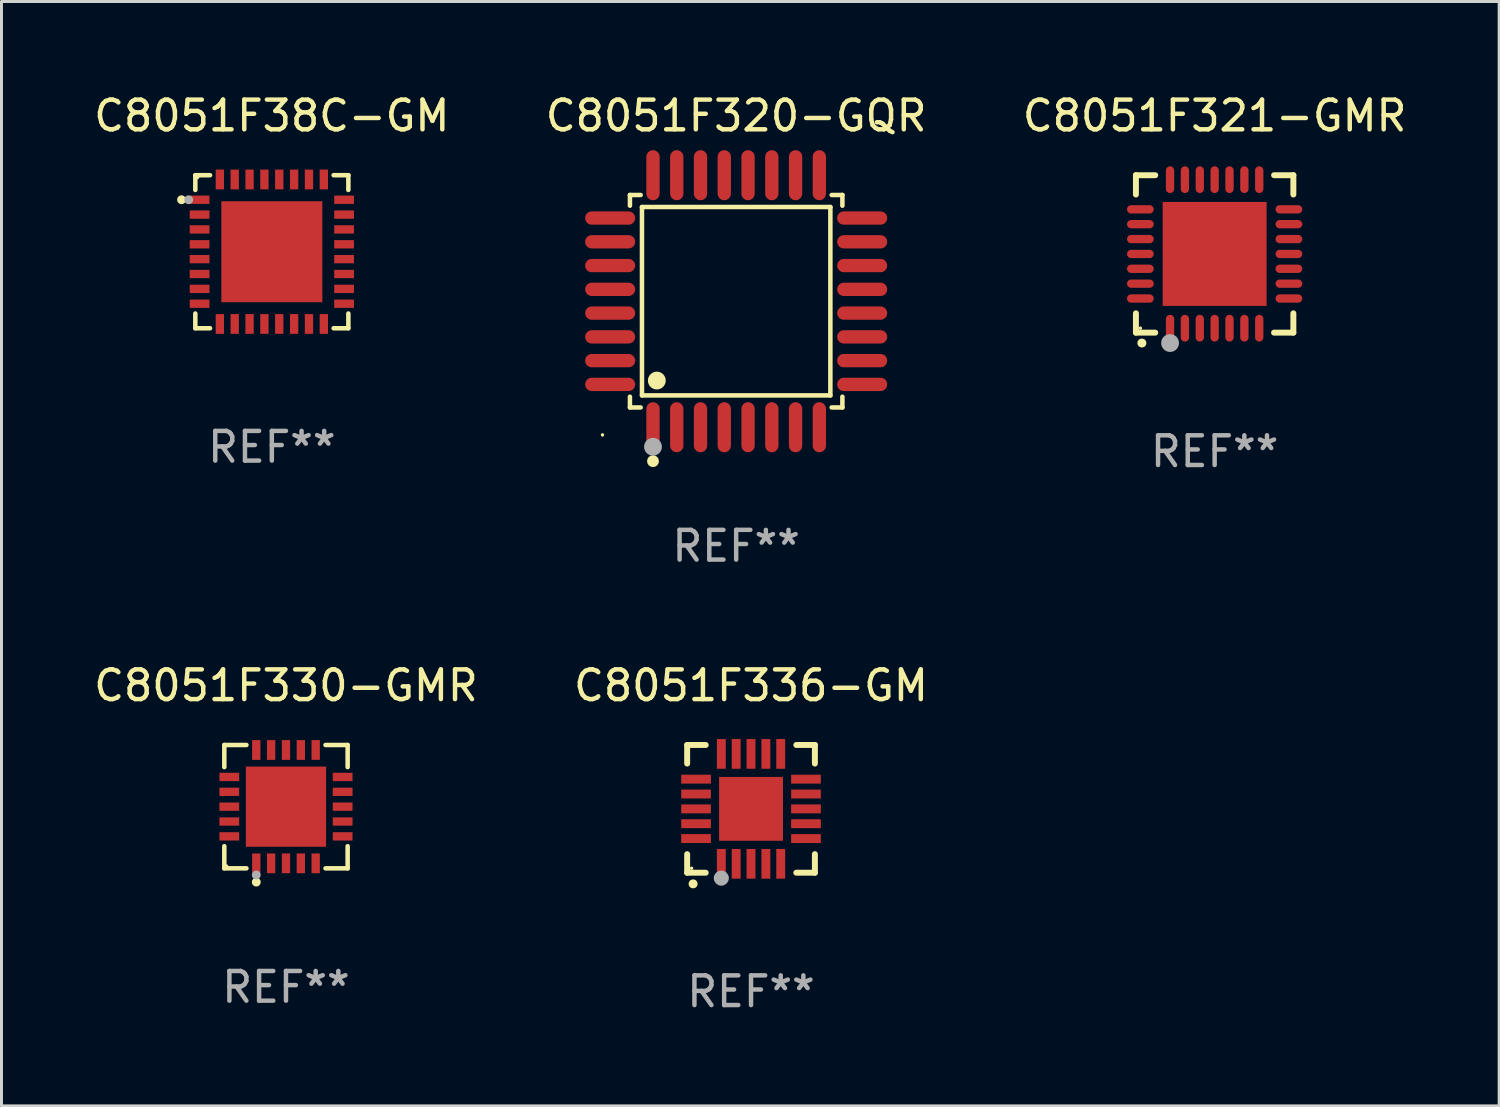
<source format=kicad_pcb>
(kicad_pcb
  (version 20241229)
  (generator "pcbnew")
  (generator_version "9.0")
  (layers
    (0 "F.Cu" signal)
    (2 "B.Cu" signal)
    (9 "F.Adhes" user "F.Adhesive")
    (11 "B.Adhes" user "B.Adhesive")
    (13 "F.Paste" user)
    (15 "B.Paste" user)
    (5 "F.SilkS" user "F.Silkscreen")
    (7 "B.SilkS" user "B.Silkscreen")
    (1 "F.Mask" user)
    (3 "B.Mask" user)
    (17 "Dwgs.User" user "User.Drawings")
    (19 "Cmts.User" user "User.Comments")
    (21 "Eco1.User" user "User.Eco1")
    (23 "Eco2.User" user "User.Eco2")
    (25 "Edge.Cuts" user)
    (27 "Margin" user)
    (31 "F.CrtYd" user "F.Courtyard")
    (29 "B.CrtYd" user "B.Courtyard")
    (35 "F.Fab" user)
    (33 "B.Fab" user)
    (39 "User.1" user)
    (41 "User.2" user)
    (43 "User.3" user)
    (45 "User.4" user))
  (footprint "C8051F38C-GM"
    (layer "F.Cu")
    (at 6.101 5.424)
    (property "Reference" "C8051F38C-GM" (at 0 -4.576 0) (layer "F.SilkS") (effects (font (size 1 1) (thickness 0.15))))
    (attr through_hole)
    (fp_line (start -2.576 -2.576) (end -2.576 -2.08) (stroke (width 0.152) (type solid)) (layer "F.SilkS"))
    (fp_line (start -2.576 2.576) (end -2.576 2.08) (stroke (width 0.152) (type solid)) (layer "F.SilkS"))
    (fp_line (start -2.08 -2.576) (end -2.576 -2.576) (stroke (width 0.152) (type solid)) (layer "F.SilkS"))
    (fp_line (start -2.08 2.576) (end -2.576 2.576) (stroke (width 0.152) (type solid)) (layer "F.SilkS"))
    (fp_line (start 2.08 -2.576) (end 2.576 -2.576) (stroke (width 0.152) (type solid)) (layer "F.SilkS"))
    (fp_line (start 2.08 2.576) (end 2.576 2.576) (stroke (width 0.152) (type solid)) (layer "F.SilkS"))
    (fp_line (start 2.576 -2.576) (end 2.576 -2.08) (stroke (width 0.152) (type solid)) (layer "F.SilkS"))
    (fp_line (start 2.576 2.576) (end 2.576 2.08) (stroke (width 0.152) (type solid)) (layer "F.SilkS"))
    (fp_circle (center -3.04 -1.75) (end -2.965 -1.75) (stroke (width 0.15) (type solid)) (fill no) (layer "F.SilkS"))
    (fp_circle (center -2.5 -2.5) (end -2.47 -2.5) (stroke (width 0.06) (type solid)) (fill no) (layer "F.SilkS"))
    (fp_circle (center -2.8 -1.75) (end -2.725 -1.75) (stroke (width 0.15) (type solid)) (fill no) (layer "F.Fab"))
    (fp_text user "REF**" (at 0 6.576 0) (layer "F.Fab") (effects (font (size 1 1) (thickness 0.15))))
    (pad "1" smd rect (at -2.432 -1.75) (size 0.665 0.28) (layers "F.Cu" "F.Mask" "F.Paste"))
    (pad "2" smd rect (at -2.432 -1.25) (size 0.665 0.28) (layers "F.Cu" "F.Mask" "F.Paste"))
    (pad "3" smd rect (at -2.432 -0.75) (size 0.665 0.28) (layers "F.Cu" "F.Mask" "F.Paste"))
    (pad "4" smd rect (at -2.432 -0.25) (size 0.665 0.28) (layers "F.Cu" "F.Mask" "F.Paste"))
    (pad "5" smd rect (at -2.432 0.25) (size 0.665 0.28) (layers "F.Cu" "F.Mask" "F.Paste"))
    (pad "6" smd rect (at -2.432 0.75) (size 0.665 0.28) (layers "F.Cu" "F.Mask" "F.Paste"))
    (pad "7" smd rect (at -2.432 1.25) (size 0.665 0.28) (layers "F.Cu" "F.Mask" "F.Paste"))
    (pad "8" smd rect (at -2.432 1.75) (size 0.665 0.28) (layers "F.Cu" "F.Mask" "F.Paste"))
    (pad "9" smd rect (at -1.75 2.432) (size 0.28 0.665) (layers "F.Cu" "F.Mask" "F.Paste"))
    (pad "10" smd rect (at -1.25 2.432) (size 0.28 0.665) (layers "F.Cu" "F.Mask" "F.Paste"))
    (pad "11" smd rect (at -0.75 2.432) (size 0.28 0.665) (layers "F.Cu" "F.Mask" "F.Paste"))
    (pad "12" smd rect (at -0.25 2.432) (size 0.28 0.665) (layers "F.Cu" "F.Mask" "F.Paste"))
    (pad "13" smd rect (at 0.25 2.432) (size 0.28 0.665) (layers "F.Cu" "F.Mask" "F.Paste"))
    (pad "14" smd rect (at 0.75 2.432) (size 0.28 0.665) (layers "F.Cu" "F.Mask" "F.Paste"))
    (pad "15" smd rect (at 1.25 2.432) (size 0.28 0.665) (layers "F.Cu" "F.Mask" "F.Paste"))
    (pad "16" smd rect (at 1.75 2.432) (size 0.28 0.665) (layers "F.Cu" "F.Mask" "F.Paste"))
    (pad "17" smd rect (at 2.432 1.75) (size 0.665 0.28) (layers "F.Cu" "F.Mask" "F.Paste"))
    (pad "18" smd rect (at 2.432 1.25) (size 0.665 0.28) (layers "F.Cu" "F.Mask" "F.Paste"))
    (pad "19" smd rect (at 2.432 0.75) (size 0.665 0.28) (layers "F.Cu" "F.Mask" "F.Paste"))
    (pad "20" smd rect (at 2.432 0.25) (size 0.665 0.28) (layers "F.Cu" "F.Mask" "F.Paste"))
    (pad "21" smd rect (at 2.432 -0.25) (size 0.665 0.28) (layers "F.Cu" "F.Mask" "F.Paste"))
    (pad "22" smd rect (at 2.432 -0.75) (size 0.665 0.28) (layers "F.Cu" "F.Mask" "F.Paste"))
    (pad "23" smd rect (at 2.432 -1.25) (size 0.665 0.28) (layers "F.Cu" "F.Mask" "F.Paste"))
    (pad "24" smd rect (at 2.432 -1.75) (size 0.665 0.28) (layers "F.Cu" "F.Mask" "F.Paste"))
    (pad "25" smd rect (at 1.75 -2.432) (size 0.28 0.665) (layers "F.Cu" "F.Mask" "F.Paste"))
    (pad "26" smd rect (at 1.25 -2.432) (size 0.28 0.665) (layers "F.Cu" "F.Mask" "F.Paste"))
    (pad "27" smd rect (at 0.75 -2.432) (size 0.28 0.665) (layers "F.Cu" "F.Mask" "F.Paste"))
    (pad "28" smd rect (at 0.25 -2.432) (size 0.28 0.665) (layers "F.Cu" "F.Mask" "F.Paste"))
    (pad "29" smd rect (at -0.25 -2.432) (size 0.28 0.665) (layers "F.Cu" "F.Mask" "F.Paste"))
    (pad "30" smd rect (at -0.75 -2.432) (size 0.28 0.665) (layers "F.Cu" "F.Mask" "F.Paste"))
    (pad "31" smd rect (at -1.25 -2.432) (size 0.28 0.665) (layers "F.Cu" "F.Mask" "F.Paste"))
    (pad "32" smd rect (at -1.75 -2.432) (size 0.28 0.665) (layers "F.Cu" "F.Mask" "F.Paste"))
    (pad "33" smd rect (at 0 0) (size 3.4 3.4) (layers "F.Cu" "F.Mask" "F.Paste")))
  (footprint "C8051F330-GMR"
    (layer "F.Cu")
    (at 6.577 24.105)
    (property "Reference" "C8051F330-GMR" (at 0 -4.076 0) (layer "F.SilkS") (effects (font (size 1 1) (thickness 0.15))))
    (attr through_hole)
    (fp_line (start -2.076 -2.076) (end -1.331 -2.076) (stroke (width 0.152) (type solid)) (layer "F.SilkS"))
    (fp_line (start -2.076 -1.331) (end -2.076 -2.076) (stroke (width 0.152) (type solid)) (layer "F.SilkS"))
    (fp_line (start -2.076 1.331) (end -2.076 2.076) (stroke (width 0.152) (type solid)) (layer "F.SilkS"))
    (fp_line (start -2.076 2.076) (end -1.331 2.076) (stroke (width 0.152) (type solid)) (layer "F.SilkS"))
    (fp_line (start 2.076 -2.076) (end 1.331 -2.076) (stroke (width 0.152) (type solid)) (layer "F.SilkS"))
    (fp_line (start 2.076 -1.331) (end 2.076 -2.076) (stroke (width 0.152) (type solid)) (layer "F.SilkS"))
    (fp_line (start 2.076 1.331) (end 2.076 2.076) (stroke (width 0.152) (type solid)) (layer "F.SilkS"))
    (fp_line (start 2.076 2.076) (end 1.331 2.076) (stroke (width 0.152) (type solid)) (layer "F.SilkS"))
    (fp_circle (center -2 2) (end -1.97 2) (stroke (width 0.06) (type solid)) (fill no) (layer "F.SilkS"))
    (fp_circle (center -1 2.54) (end -0.925 2.54) (stroke (width 0.15) (type solid)) (fill no) (layer "F.SilkS"))
    (fp_circle (center -1 2.3) (end -0.925 2.3) (stroke (width 0.15) (type solid)) (fill no) (layer "F.Fab"))
    (fp_text user "REF**" (at 0 6.076 0) (layer "F.Fab") (effects (font (size 1 1) (thickness 0.15))))
    (pad "1" smd rect (at -1 1.908) (size 0.28 0.665) (layers "F.Cu" "F.Mask" "F.Paste"))
    (pad "2" smd rect (at -0.5 1.908) (size 0.28 0.665) (layers "F.Cu" "F.Mask" "F.Paste"))
    (pad "3" smd rect (at 0 1.908) (size 0.28 0.665) (layers "F.Cu" "F.Mask" "F.Paste"))
    (pad "4" smd rect (at 0.5 1.908) (size 0.28 0.665) (layers "F.Cu" "F.Mask" "F.Paste"))
    (pad "5" smd rect (at 1 1.908) (size 0.28 0.665) (layers "F.Cu" "F.Mask" "F.Paste"))
    (pad "6" smd rect (at 1.908 1) (size 0.665 0.28) (layers "F.Cu" "F.Mask" "F.Paste"))
    (pad "7" smd rect (at 1.908 0.5) (size 0.665 0.28) (layers "F.Cu" "F.Mask" "F.Paste"))
    (pad "8" smd rect (at 1.908 0) (size 0.665 0.28) (layers "F.Cu" "F.Mask" "F.Paste"))
    (pad "9" smd rect (at 1.908 -0.5) (size 0.665 0.28) (layers "F.Cu" "F.Mask" "F.Paste"))
    (pad "10" smd rect (at 1.908 -1) (size 0.665 0.28) (layers "F.Cu" "F.Mask" "F.Paste"))
    (pad "11" smd rect (at 1 -1.908) (size 0.28 0.665) (layers "F.Cu" "F.Mask" "F.Paste"))
    (pad "12" smd rect (at 0.5 -1.908) (size 0.28 0.665) (layers "F.Cu" "F.Mask" "F.Paste"))
    (pad "13" smd rect (at 0 -1.908) (size 0.28 0.665) (layers "F.Cu" "F.Mask" "F.Paste"))
    (pad "14" smd rect (at -0.5 -1.908) (size 0.28 0.665) (layers "F.Cu" "F.Mask" "F.Paste"))
    (pad "15" smd rect (at -1 -1.908) (size 0.28 0.665) (layers "F.Cu" "F.Mask" "F.Paste"))
    (pad "16" smd rect (at -1.908 -1) (size 0.665 0.28) (layers "F.Cu" "F.Mask" "F.Paste"))
    (pad "17" smd rect (at -1.908 -0.5) (size 0.665 0.28) (layers "F.Cu" "F.Mask" "F.Paste"))
    (pad "18" smd rect (at -1.908 0) (size 0.665 0.28) (layers "F.Cu" "F.Mask" "F.Paste"))
    (pad "19" smd rect (at -1.908 0.5) (size 0.665 0.28) (layers "F.Cu" "F.Mask" "F.Paste"))
    (pad "20" smd rect (at -1.908 1) (size 0.665 0.28) (layers "F.Cu" "F.Mask" "F.Paste"))
    (pad "21" smd rect (at 0 0) (size 2.7 2.7) (layers "F.Cu" "F.Mask" "F.Paste")))
  (footprint "C8051F321-GMR"
    (layer "F.Cu")
    (at 37.839 5.498)
    (property "Reference" "C8051F321-GMR" (at 0 -4.65 0) (layer "F.SilkS") (effects (font (size 1 1) (thickness 0.15))))
    (attr through_hole)
    (fp_line (start -2.65 -2.65) (end -2.65 -2) (stroke (width 0.2) (type solid)) (layer "F.SilkS"))
    (fp_line (start -2.65 2.65) (end -2.65 2) (stroke (width 0.2) (type solid)) (layer "F.SilkS"))
    (fp_line (start -2 -2.65) (end -2.65 -2.65) (stroke (width 0.2) (type solid)) (layer "F.SilkS"))
    (fp_line (start -2 2.65) (end -2.65 2.65) (stroke (width 0.2) (type solid)) (layer "F.SilkS"))
    (fp_line (start 2 2.65) (end 2.65 2.65) (stroke (width 0.2) (type solid)) (layer "F.SilkS"))
    (fp_line (start 2.65 -2.65) (end 2 -2.65) (stroke (width 0.2) (type solid)) (layer "F.SilkS"))
    (fp_line (start 2.65 -2) (end 2.65 -2.65) (stroke (width 0.2) (type solid)) (layer "F.SilkS"))
    (fp_line (start 2.65 2.65) (end 2.65 2) (stroke (width 0.2) (type solid)) (layer "F.SilkS"))
    (fp_arc (start -2.451105 2.999746) (mid -2.449835 2.999741) (end -2.448565 2.999746) (stroke (width 0.3) (type solid)) (layer "F.SilkS"))
    (fp_circle (center -2.5 2.5) (end -2.47 2.5) (stroke (width 0.06) (type solid)) (fill no) (layer "F.SilkS"))
    (fp_circle (center -1.5 3) (end -1.35 3) (stroke (width 0.3) (type solid)) (fill no) (layer "F.Fab"))
    (fp_text user "REF**" (at 0 6.65 0) (layer "F.Fab") (effects (font (size 1 1) (thickness 0.15))))
    (pad "1" smd oval (at -1.501 2.5 180) (size 0.28 0.9) (layers "F.Cu" "F.Mask" "F.Paste"))
    (pad "2" smd oval (at -1.001 2.5 180) (size 0.28 0.9) (layers "F.Cu" "F.Mask" "F.Paste"))
    (pad "3" smd oval (at -0.5 2.5 180) (size 0.28 0.9) (layers "F.Cu" "F.Mask" "F.Paste"))
    (pad "4" smd oval (at 0.000076 2.5 180) (size 0.28 0.9) (layers "F.Cu" "F.Mask" "F.Paste"))
    (pad "5" smd oval (at 0.5 2.5 180) (size 0.28 0.9) (layers "F.Cu" "F.Mask" "F.Paste"))
    (pad "6" smd oval (at 1.001 2.5 180) (size 0.28 0.9) (layers "F.Cu" "F.Mask" "F.Paste"))
    (pad "7" smd oval (at 1.501 2.5 180) (size 0.28 0.9) (layers "F.Cu" "F.Mask" "F.Paste"))
    (pad "8" smd oval (at 2.5 1.501 90) (size 0.28 0.9) (layers "F.Cu" "F.Mask" "F.Paste"))
    (pad "9" smd oval (at 2.5 1.001 90) (size 0.28 0.9) (layers "F.Cu" "F.Mask" "F.Paste"))
    (pad "10" smd oval (at 2.5 0.5 90) (size 0.28 0.9) (layers "F.Cu" "F.Mask" "F.Paste"))
    (pad "11" smd oval (at 2.5 0.000076 90) (size 0.28 0.9) (layers "F.Cu" "F.Mask" "F.Paste"))
    (pad "12" smd oval (at 2.5 -0.5 90) (size 0.28 0.9) (layers "F.Cu" "F.Mask" "F.Paste"))
    (pad "13" smd oval (at 2.5 -1.001 90) (size 0.28 0.9) (layers "F.Cu" "F.Mask" "F.Paste"))
    (pad "14" smd oval (at 2.5 -1.501 90) (size 0.28 0.9) (layers "F.Cu" "F.Mask" "F.Paste"))
    (pad "15" smd oval (at 1.501 -2.5 180) (size 0.28 0.9) (layers "F.Cu" "F.Mask" "F.Paste"))
    (pad "16" smd oval (at 1.001 -2.5 180) (size 0.28 0.9) (layers "F.Cu" "F.Mask" "F.Paste"))
    (pad "17" smd oval (at 0.5 -2.5 180) (size 0.28 0.9) (layers "F.Cu" "F.Mask" "F.Paste"))
    (pad "18" smd oval (at 0.000076 -2.5 180) (size 0.28 0.9) (layers "F.Cu" "F.Mask" "F.Paste"))
    (pad "19" smd oval (at -0.5 -2.5 180) (size 0.28 0.9) (layers "F.Cu" "F.Mask" "F.Paste"))
    (pad "20" smd oval (at -1.001 -2.5 180) (size 0.28 0.9) (layers "F.Cu" "F.Mask" "F.Paste"))
    (pad "21" smd oval (at -1.501 -2.5 180) (size 0.28 0.9) (layers "F.Cu" "F.Mask" "F.Paste"))
    (pad "22" smd oval (at -2.5 -1.501 90) (size 0.28 0.9) (layers "F.Cu" "F.Mask" "F.Paste"))
    (pad "23" smd oval (at -2.5 -1.001 90) (size 0.28 0.9) (layers "F.Cu" "F.Mask" "F.Paste"))
    (pad "24" smd oval (at -2.5 -0.5 90) (size 0.28 0.9) (layers "F.Cu" "F.Mask" "F.Paste"))
    (pad "25" smd oval (at -2.5 0.000076 90) (size 0.28 0.9) (layers "F.Cu" "F.Mask" "F.Paste"))
    (pad "26" smd oval (at -2.5 0.5 90) (size 0.28 0.9) (layers "F.Cu" "F.Mask" "F.Paste"))
    (pad "27" smd oval (at -2.5 1.001 90) (size 0.28 0.9) (layers "F.Cu" "F.Mask" "F.Paste"))
    (pad "28" smd oval (at -2.5 1.501 90) (size 0.28 0.9) (layers "F.Cu" "F.Mask" "F.Paste"))
    (pad "29" smd rect (at 0.000076 0.000076 90) (size 3.5 3.5) (layers "F.Cu" "F.Mask" "F.Paste")))
  (footprint "C8051F336-GM"
    (layer "F.Cu")
    (at 22.232 24.179)
    (property "Reference" "C8051F336-GM" (at 0 -4.15 0) (layer "F.SilkS") (effects (font (size 1 1) (thickness 0.15))))
    (attr through_hole)
    (fp_line (start -2.15 -2.15) (end -2.15 -1.525) (stroke (width 0.2) (type solid)) (layer "F.SilkS"))
    (fp_line (start -2.15 2.15) (end -2.15 1.525) (stroke (width 0.2) (type solid)) (layer "F.SilkS"))
    (fp_line (start -1.525 -2.15) (end -2.15 -2.15) (stroke (width 0.2) (type solid)) (layer "F.SilkS"))
    (fp_line (start -1.525 2.15) (end -2.15 2.15) (stroke (width 0.2) (type solid)) (layer "F.SilkS"))
    (fp_line (start 1.525 2.15) (end 2.15 2.15) (stroke (width 0.2) (type solid)) (layer "F.SilkS"))
    (fp_line (start 2.15 -2.15) (end 1.525 -2.15) (stroke (width 0.2) (type solid)) (layer "F.SilkS"))
    (fp_line (start 2.15 -1.525) (end 2.15 -2.15) (stroke (width 0.2) (type solid)) (layer "F.SilkS"))
    (fp_line (start 2.15 2.15) (end 2.15 1.525) (stroke (width 0.2) (type solid)) (layer "F.SilkS"))
    (fp_arc (start -1.950724 2.524765) (mid -1.949454 2.52476) (end -1.948184 2.524765) (stroke (width 0.3) (type solid)) (layer "F.SilkS"))
    (fp_circle (center -2 2) (end -1.97 2) (stroke (width 0.06) (type solid)) (fill no) (layer "F.SilkS"))
    (fp_circle (center -1 2.332) (end -0.873 2.332) (stroke (width 0.254) (type solid)) (fill no) (layer "F.Fab"))
    (fp_text user "REF**" (at 0 6.15 0) (layer "F.Fab") (effects (font (size 1 1) (thickness 0.15))))
    (pad "1" smd rect (at -1 1.85 180) (size 0.3 1) (layers "F.Cu" "F.Mask" "F.Paste"))
    (pad "2" smd rect (at -0.5 1.85 180) (size 0.3 1) (layers "F.Cu" "F.Mask" "F.Paste"))
    (pad "3" smd rect (at 0 1.85 180) (size 0.3 1) (layers "F.Cu" "F.Mask" "F.Paste"))
    (pad "4" smd rect (at 0.5 1.85 180) (size 0.3 1) (layers "F.Cu" "F.Mask" "F.Paste"))
    (pad "5" smd rect (at 1 1.85 180) (size 0.3 1) (layers "F.Cu" "F.Mask" "F.Paste"))
    (pad "6" smd rect (at 1.85 1 90) (size 0.3 1) (layers "F.Cu" "F.Mask" "F.Paste"))
    (pad "7" smd rect (at 1.85 0.5 90) (size 0.3 1) (layers "F.Cu" "F.Mask" "F.Paste"))
    (pad "8" smd rect (at 1.85 0 90) (size 0.3 1) (layers "F.Cu" "F.Mask" "F.Paste"))
    (pad "9" smd rect (at 1.85 -0.5 90) (size 0.3 1) (layers "F.Cu" "F.Mask" "F.Paste"))
    (pad "10" smd rect (at 1.85 -1 90) (size 0.3 1) (layers "F.Cu" "F.Mask" "F.Paste"))
    (pad "11" smd rect (at 1 -1.85 180) (size 0.3 1) (layers "F.Cu" "F.Mask" "F.Paste"))
    (pad "12" smd rect (at 0.5 -1.85 180) (size 0.3 1) (layers "F.Cu" "F.Mask" "F.Paste"))
    (pad "13" smd rect (at 0 -1.85 180) (size 0.3 1) (layers "F.Cu" "F.Mask" "F.Paste"))
    (pad "14" smd rect (at -0.5 -1.85 180) (size 0.3 1) (layers "F.Cu" "F.Mask" "F.Paste"))
    (pad "15" smd rect (at -1 -1.85 180) (size 0.3 1) (layers "F.Cu" "F.Mask" "F.Paste"))
    (pad "16" smd rect (at -1.85 -1 90) (size 0.3 1) (layers "F.Cu" "F.Mask" "F.Paste"))
    (pad "17" smd rect (at -1.85 -0.5 90) (size 0.3 1) (layers "F.Cu" "F.Mask" "F.Paste"))
    (pad "18" smd rect (at -1.85 0 90) (size 0.3 1) (layers "F.Cu" "F.Mask" "F.Paste"))
    (pad "19" smd rect (at -1.85 0.5 90) (size 0.3 1) (layers "F.Cu" "F.Mask" "F.Paste"))
    (pad "20" smd rect (at -1.85 1 90) (size 0.3 1) (layers "F.Cu" "F.Mask" "F.Paste"))
    (pad "21" smd rect (at 0 0 90) (size 2.15 2.15) (layers "F.Cu" "F.Mask" "F.Paste")))
  (footprint "C8051F320-GQR"
    (layer "F.Cu")
    (at 21.732 7.09)
    (property "Reference" "C8051F320-GQR" (at 0 -6.242 0) (layer "F.SilkS") (effects (font (size 1 1) (thickness 0.15))))
    (attr through_hole)
    (fp_line (start -3.576 -3.576) (end -3.215 -3.576) (stroke (width 0.152) (type solid)) (layer "F.SilkS"))
    (fp_line (start -3.576 -3.215) (end -3.576 -3.576) (stroke (width 0.152) (type solid)) (layer "F.SilkS"))
    (fp_line (start -3.576 3.215) (end -3.576 3.576) (stroke (width 0.152) (type solid)) (layer "F.SilkS"))
    (fp_line (start -3.576 3.576) (end -3.215 3.576) (stroke (width 0.152) (type solid)) (layer "F.SilkS"))
    (fp_line (start -3.171 -3.171) (end 3.171 -3.171) (stroke (width 0.152) (type solid)) (layer "F.SilkS"))
    (fp_line (start -3.171 3.171) (end -3.171 -3.171) (stroke (width 0.152) (type solid)) (layer "F.SilkS"))
    (fp_line (start 3.171 -3.171) (end 3.171 3.171) (stroke (width 0.152) (type solid)) (layer "F.SilkS"))
    (fp_line (start 3.171 3.171) (end -3.171 3.171) (stroke (width 0.152) (type solid)) (layer "F.SilkS"))
    (fp_line (start 3.576 -3.576) (end 3.215 -3.576) (stroke (width 0.152) (type solid)) (layer "F.SilkS"))
    (fp_line (start 3.576 -3.215) (end 3.576 -3.576) (stroke (width 0.152) (type solid)) (layer "F.SilkS"))
    (fp_line (start 3.576 3.215) (end 3.576 3.576) (stroke (width 0.152) (type solid)) (layer "F.SilkS"))
    (fp_line (start 3.576 3.576) (end 3.215 3.576) (stroke (width 0.152) (type solid)) (layer "F.SilkS"))
    (fp_circle (center -4.5 4.5) (end -4.47 4.5) (stroke (width 0.06) (type solid)) (fill no) (layer "F.SilkS"))
    (fp_circle (center -2.8 5.384) (end -2.7 5.384) (stroke (width 0.2) (type solid)) (fill no) (layer "F.SilkS"))
    (fp_circle (center -2.671 2.671) (end -2.521 2.671) (stroke (width 0.3) (type solid)) (fill no) (layer "F.SilkS"))
    (fp_circle (center -2.8 4.9) (end -2.65 4.9) (stroke (width 0.3) (type solid)) (fill no) (layer "F.Fab"))
    (fp_text user "REF**" (at 0 8.242 0) (layer "F.Fab") (effects (font (size 1 1) (thickness 0.15))))
    (pad "1" smd oval (at -2.8 4.242) (size 0.448 1.684) (layers "F.Cu" "F.Mask" "F.Paste"))
    (pad "2" smd oval (at -2 4.242) (size 0.448 1.684) (layers "F.Cu" "F.Mask" "F.Paste"))
    (pad "3" smd oval (at -1.2 4.242) (size 0.448 1.684) (layers "F.Cu" "F.Mask" "F.Paste"))
    (pad "4" smd oval (at -0.4 4.242) (size 0.448 1.684) (layers "F.Cu" "F.Mask" "F.Paste"))
    (pad "5" smd oval (at 0.4 4.242) (size 0.448 1.684) (layers "F.Cu" "F.Mask" "F.Paste"))
    (pad "6" smd oval (at 1.2 4.242) (size 0.448 1.684) (layers "F.Cu" "F.Mask" "F.Paste"))
    (pad "7" smd oval (at 2 4.242) (size 0.448 1.684) (layers "F.Cu" "F.Mask" "F.Paste"))
    (pad "8" smd oval (at 2.8 4.242) (size 0.448 1.684) (layers "F.Cu" "F.Mask" "F.Paste"))
    (pad "9" smd oval (at 4.242 2.8) (size 1.684 0.448) (layers "F.Cu" "F.Mask" "F.Paste"))
    (pad "10" smd oval (at 4.242 2) (size 1.684 0.448) (layers "F.Cu" "F.Mask" "F.Paste"))
    (pad "11" smd oval (at 4.242 1.2) (size 1.684 0.448) (layers "F.Cu" "F.Mask" "F.Paste"))
    (pad "12" smd oval (at 4.242 0.4) (size 1.684 0.448) (layers "F.Cu" "F.Mask" "F.Paste"))
    (pad "13" smd oval (at 4.242 -0.4) (size 1.684 0.448) (layers "F.Cu" "F.Mask" "F.Paste"))
    (pad "14" smd oval (at 4.242 -1.2) (size 1.684 0.448) (layers "F.Cu" "F.Mask" "F.Paste"))
    (pad "15" smd oval (at 4.242 -2) (size 1.684 0.448) (layers "F.Cu" "F.Mask" "F.Paste"))
    (pad "16" smd oval (at 4.242 -2.8) (size 1.684 0.448) (layers "F.Cu" "F.Mask" "F.Paste"))
    (pad "17" smd oval (at 2.8 -4.242) (size 0.448 1.684) (layers "F.Cu" "F.Mask" "F.Paste"))
    (pad "18" smd oval (at 2 -4.242) (size 0.448 1.684) (layers "F.Cu" "F.Mask" "F.Paste"))
    (pad "19" smd oval (at 1.2 -4.242) (size 0.448 1.684) (layers "F.Cu" "F.Mask" "F.Paste"))
    (pad "20" smd oval (at 0.4 -4.242) (size 0.448 1.684) (layers "F.Cu" "F.Mask" "F.Paste"))
    (pad "21" smd oval (at -0.4 -4.242) (size 0.448 1.684) (layers "F.Cu" "F.Mask" "F.Paste"))
    (pad "22" smd oval (at -1.2 -4.242) (size 0.448 1.684) (layers "F.Cu" "F.Mask" "F.Paste"))
    (pad "23" smd oval (at -2 -4.242) (size 0.448 1.684) (layers "F.Cu" "F.Mask" "F.Paste"))
    (pad "24" smd oval (at -2.8 -4.242) (size 0.448 1.684) (layers "F.Cu" "F.Mask" "F.Paste"))
    (pad "25" smd oval (at -4.242 -2.8) (size 1.684 0.448) (layers "F.Cu" "F.Mask" "F.Paste"))
    (pad "26" smd oval (at -4.242 -2) (size 1.684 0.448) (layers "F.Cu" "F.Mask" "F.Paste"))
    (pad "27" smd oval (at -4.242 -1.2) (size 1.684 0.448) (layers "F.Cu" "F.Mask" "F.Paste"))
    (pad "28" smd oval (at -4.242 -0.4) (size 1.684 0.448) (layers "F.Cu" "F.Mask" "F.Paste"))
    (pad "29" smd oval (at -4.242 0.4) (size 1.684 0.448) (layers "F.Cu" "F.Mask" "F.Paste"))
    (pad "30" smd oval (at -4.242 1.2) (size 1.684 0.448) (layers "F.Cu" "F.Mask" "F.Paste"))
    (pad "31" smd oval (at -4.242 2) (size 1.684 0.448) (layers "F.Cu" "F.Mask" "F.Paste"))
    (pad "32" smd oval (at -4.242 2.8) (size 1.684 0.448) (layers "F.Cu" "F.Mask" "F.Paste")))
  (gr_rect
    (start -3 -3)
    (end 47.417 34.177)
    (stroke (width 0.1) (type default))
    (fill no)
    (layer "Edge.Cuts")))
</source>
